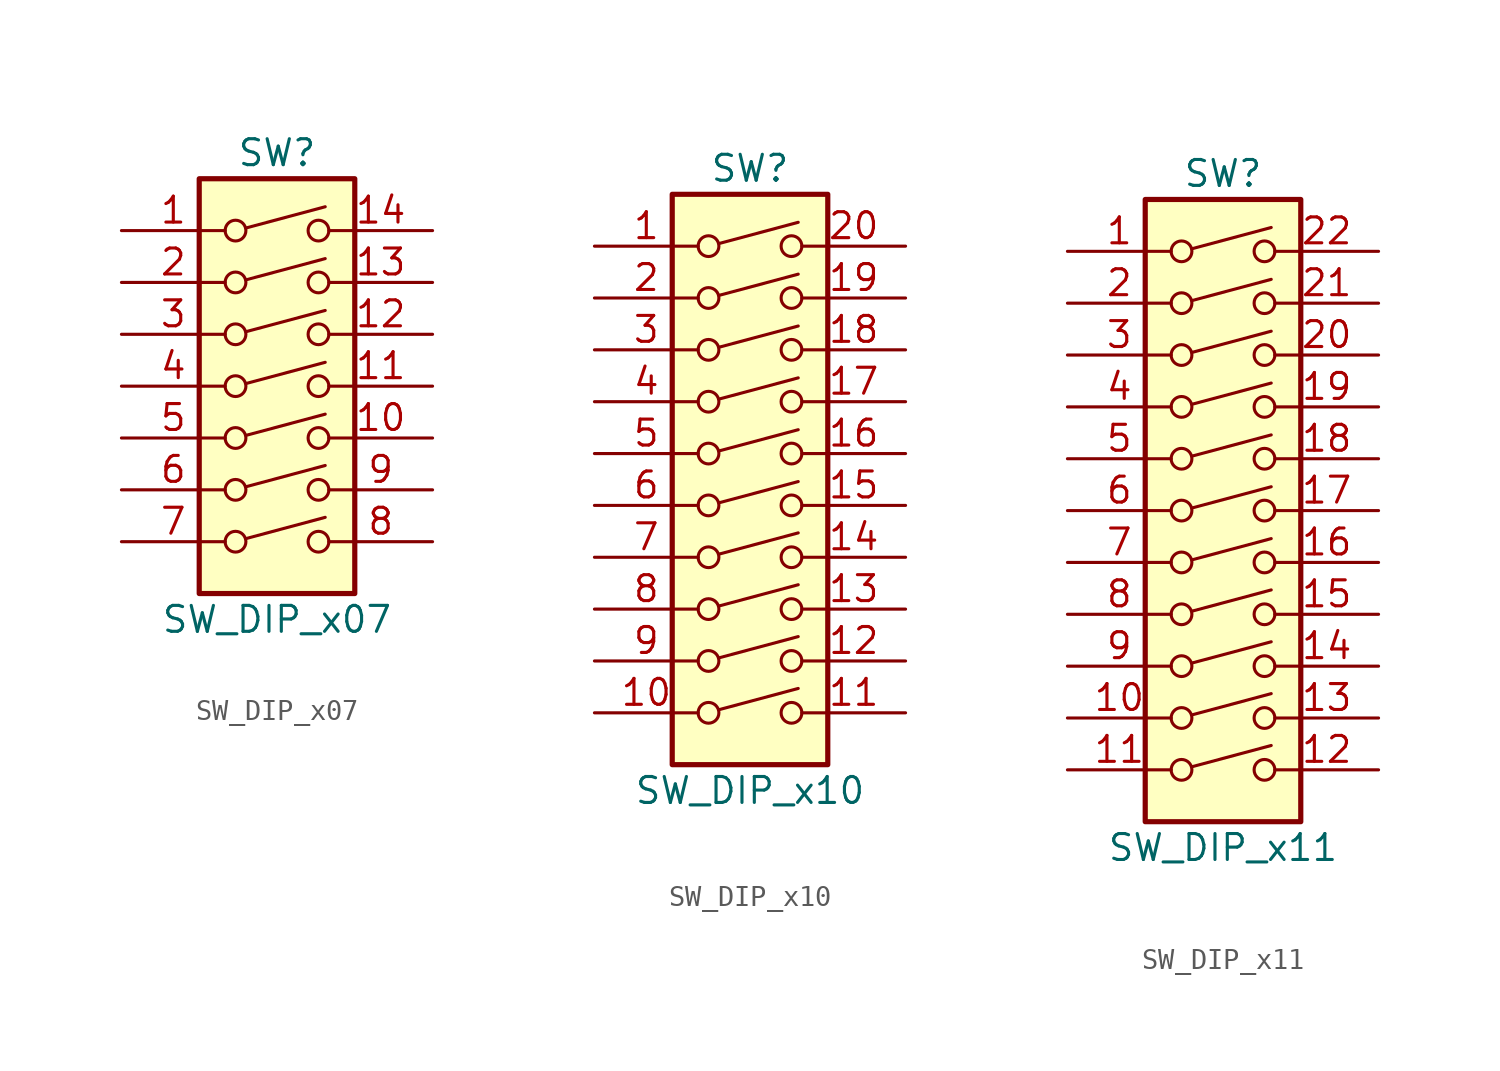
<source format=kicad_sym>
(kicad_symbol_lib
  (version 20201005)
  (generator kicad_symbol_editor)
  (symbol "SW_DIP_x07"
    (pin_names
      (offset 0) hide)
    (property "Reference" "SW"
      (at 0 13.97 0)
      (effects (font (size 1.27 1.27))))
    (property "Value" "SW_DIP_x07"
      (at 0 -8.89 0)
      (effects (font (size 1.27 1.27))))
    (symbol "SW_DIP_x07_0_0"
      (circle (center -2.032 -5.08) (radius 0.508) (stroke (width 0)) (fill (type none)))
      (circle (center -2.032 -2.54) (radius 0.508) (stroke (width 0)) (fill (type none)))
      (circle (center -2.032 0) (radius 0.508) (stroke (width 0)) (fill (type none)))
      (circle (center -2.032 2.54) (radius 0.508) (stroke (width 0)) (fill (type none)))
      (circle (center -2.032 5.08) (radius 0.508) (stroke (width 0)) (fill (type none)))
      (circle (center -2.032 7.62) (radius 0.508) (stroke (width 0)) (fill (type none)))
      (circle (center -2.032 10.16) (radius 0.508) (stroke (width 0)) (fill (type none)))
      (circle (center 2.032 -5.08) (radius 0.508) (stroke (width 0)) (fill (type none)))
      (circle (center 2.032 -2.54) (radius 0.508) (stroke (width 0)) (fill (type none)))
      (circle (center 2.032 0) (radius 0.508) (stroke (width 0)) (fill (type none)))
      (circle (center 2.032 2.54) (radius 0.508) (stroke (width 0)) (fill (type none)))
      (circle (center 2.032 5.08) (radius 0.508) (stroke (width 0)) (fill (type none)))
      (circle (center 2.032 7.62) (radius 0.508) (stroke (width 0)) (fill (type none)))
      (circle (center 2.032 10.16) (radius 0.508) (stroke (width 0)) (fill (type none)))
      (polyline (pts (xy -1.524 -4.928) (xy 2.362 -3.886)) (stroke (width 0)) (fill (type none)))
      (polyline (pts (xy -1.524 -2.388) (xy 2.362 -1.346)) (stroke (width 0)) (fill (type none)))
      (polyline (pts (xy -1.524 0.127) (xy 2.362 1.168)) (stroke (width 0)) (fill (type none)))
      (polyline (pts (xy -1.524 2.667) (xy 2.362 3.708)) (stroke (width 0)) (fill (type none)))
      (polyline (pts (xy -1.524 5.207) (xy 2.362 6.248)) (stroke (width 0)) (fill (type none)))
      (polyline (pts (xy -1.524 7.747) (xy 2.362 8.788)) (stroke (width 0)) (fill (type none)))
      (polyline (pts (xy -1.524 10.287) (xy 2.362 11.328)) (stroke (width 0)) (fill (type none))))
    (symbol "SW_DIP_x07_0_1"
      (rectangle (start -3.81 12.7) (end 3.81 -7.62) (stroke (width 0.254)) (fill (type background))))
    (symbol "SW_DIP_x07_1_1"
      (pin passive line (at -7.62 10.16 0) (length 5.08) (name "~" (effects (font (size 1.27 1.27)))) (number "1" (effects (font (size 1.27 1.27)))))
      (pin passive line (at 7.62 0 180) (length 5.08) (name "~" (effects (font (size 1.27 1.27)))) (number "10" (effects (font (size 1.27 1.27)))))
      (pin passive line (at 7.62 2.54 180) (length 5.08) (name "~" (effects (font (size 1.27 1.27)))) (number "11" (effects (font (size 1.27 1.27)))))
      (pin passive line (at 7.62 5.08 180) (length 5.08) (name "~" (effects (font (size 1.27 1.27)))) (number "12" (effects (font (size 1.27 1.27)))))
      (pin passive line (at 7.62 7.62 180) (length 5.08) (name "~" (effects (font (size 1.27 1.27)))) (number "13" (effects (font (size 1.27 1.27)))))
      (pin passive line (at 7.62 10.16 180) (length 5.08) (name "~" (effects (font (size 1.27 1.27)))) (number "14" (effects (font (size 1.27 1.27)))))
      (pin passive line (at -7.62 7.62 0) (length 5.08) (name "~" (effects (font (size 1.27 1.27)))) (number "2" (effects (font (size 1.27 1.27)))))
      (pin passive line (at -7.62 5.08 0) (length 5.08) (name "~" (effects (font (size 1.27 1.27)))) (number "3" (effects (font (size 1.27 1.27)))))
      (pin passive line (at -7.62 2.54 0) (length 5.08) (name "~" (effects (font (size 1.27 1.27)))) (number "4" (effects (font (size 1.27 1.27)))))
      (pin passive line (at -7.62 0 0) (length 5.08) (name "~" (effects (font (size 1.27 1.27)))) (number "5" (effects (font (size 1.27 1.27)))))
      (pin passive line (at -7.62 -2.54 0) (length 5.08) (name "~" (effects (font (size 1.27 1.27)))) (number "6" (effects (font (size 1.27 1.27)))))
      (pin passive line (at -7.62 -5.08 0) (length 5.08) (name "~" (effects (font (size 1.27 1.27)))) (number "7" (effects (font (size 1.27 1.27)))))
      (pin passive line (at 7.62 -5.08 180) (length 5.08) (name "~" (effects (font (size 1.27 1.27)))) (number "8" (effects (font (size 1.27 1.27)))))
      (pin passive line (at 7.62 -2.54 180) (length 5.08) (name "~" (effects (font (size 1.27 1.27)))) (number "9" (effects (font (size 1.27 1.27)))))))
  (symbol "SW_DIP_x10"
    (pin_names
      (offset 0) hide)
    (property "Reference" "SW"
      (at 0 16.51 0)
      (effects (font (size 1.27 1.27))))
    (property "Value" "SW_DIP_x10"
      (at 0 -13.97 0)
      (effects (font (size 1.27 1.27))))
    (symbol "SW_DIP_x10_0_0"
      (circle (center -2.032 -10.16) (radius 0.508) (stroke (width 0)) (fill (type none)))
      (circle (center -2.032 -7.62) (radius 0.508) (stroke (width 0)) (fill (type none)))
      (circle (center -2.032 -5.08) (radius 0.508) (stroke (width 0)) (fill (type none)))
      (circle (center -2.032 -2.54) (radius 0.508) (stroke (width 0)) (fill (type none)))
      (circle (center -2.032 0) (radius 0.508) (stroke (width 0)) (fill (type none)))
      (circle (center -2.032 2.54) (radius 0.508) (stroke (width 0)) (fill (type none)))
      (circle (center -2.032 5.08) (radius 0.508) (stroke (width 0)) (fill (type none)))
      (circle (center -2.032 7.62) (radius 0.508) (stroke (width 0)) (fill (type none)))
      (circle (center -2.032 10.16) (radius 0.508) (stroke (width 0)) (fill (type none)))
      (circle (center -2.032 12.7) (radius 0.508) (stroke (width 0)) (fill (type none)))
      (circle (center 2.032 -10.16) (radius 0.508) (stroke (width 0)) (fill (type none)))
      (circle (center 2.032 -7.62) (radius 0.508) (stroke (width 0)) (fill (type none)))
      (circle (center 2.032 -5.08) (radius 0.508) (stroke (width 0)) (fill (type none)))
      (circle (center 2.032 -2.54) (radius 0.508) (stroke (width 0)) (fill (type none)))
      (circle (center 2.032 0) (radius 0.508) (stroke (width 0)) (fill (type none)))
      (circle (center 2.032 2.54) (radius 0.508) (stroke (width 0)) (fill (type none)))
      (circle (center 2.032 5.08) (radius 0.508) (stroke (width 0)) (fill (type none)))
      (circle (center 2.032 7.62) (radius 0.508) (stroke (width 0)) (fill (type none)))
      (circle (center 2.032 10.16) (radius 0.508) (stroke (width 0)) (fill (type none)))
      (circle (center 2.032 12.7) (radius 0.508) (stroke (width 0)) (fill (type none)))
      (polyline (pts (xy -1.524 -10.008) (xy 2.362 -8.966)) (stroke (width 0)) (fill (type none)))
      (polyline (pts (xy -1.524 -7.468) (xy 2.362 -6.426)) (stroke (width 0)) (fill (type none)))
      (polyline (pts (xy -1.524 -4.928) (xy 2.362 -3.886)) (stroke (width 0)) (fill (type none)))
      (polyline (pts (xy -1.524 -2.388) (xy 2.362 -1.346)) (stroke (width 0)) (fill (type none)))
      (polyline (pts (xy -1.524 0.127) (xy 2.362 1.168)) (stroke (width 0)) (fill (type none)))
      (polyline (pts (xy -1.524 2.667) (xy 2.362 3.708)) (stroke (width 0)) (fill (type none)))
      (polyline (pts (xy -1.524 5.207) (xy 2.362 6.248)) (stroke (width 0)) (fill (type none)))
      (polyline (pts (xy -1.524 7.747) (xy 2.362 8.788)) (stroke (width 0)) (fill (type none)))
      (polyline (pts (xy -1.524 10.287) (xy 2.362 11.328)) (stroke (width 0)) (fill (type none)))
      (polyline (pts (xy -1.524 12.827) (xy 2.362 13.868)) (stroke (width 0)) (fill (type none))))
    (symbol "SW_DIP_x10_0_1"
      (rectangle (start -3.81 15.24) (end 3.81 -12.7) (stroke (width 0.254)) (fill (type background))))
    (symbol "SW_DIP_x10_1_1"
      (pin passive line (at -7.62 12.7 0) (length 5.08) (name "~" (effects (font (size 1.27 1.27)))) (number "1" (effects (font (size 1.27 1.27)))))
      (pin passive line (at -7.62 -10.16 0) (length 5.08) (name "~" (effects (font (size 1.27 1.27)))) (number "10" (effects (font (size 1.27 1.27)))))
      (pin passive line (at 7.62 -10.16 180) (length 5.08) (name "~" (effects (font (size 1.27 1.27)))) (number "11" (effects (font (size 1.27 1.27)))))
      (pin passive line (at 7.62 -7.62 180) (length 5.08) (name "~" (effects (font (size 1.27 1.27)))) (number "12" (effects (font (size 1.27 1.27)))))
      (pin passive line (at 7.62 -5.08 180) (length 5.08) (name "~" (effects (font (size 1.27 1.27)))) (number "13" (effects (font (size 1.27 1.27)))))
      (pin passive line (at 7.62 -2.54 180) (length 5.08) (name "~" (effects (font (size 1.27 1.27)))) (number "14" (effects (font (size 1.27 1.27)))))
      (pin passive line (at 7.62 0 180) (length 5.08) (name "~" (effects (font (size 1.27 1.27)))) (number "15" (effects (font (size 1.27 1.27)))))
      (pin passive line (at 7.62 2.54 180) (length 5.08) (name "~" (effects (font (size 1.27 1.27)))) (number "16" (effects (font (size 1.27 1.27)))))
      (pin passive line (at 7.62 5.08 180) (length 5.08) (name "~" (effects (font (size 1.27 1.27)))) (number "17" (effects (font (size 1.27 1.27)))))
      (pin passive line (at 7.62 7.62 180) (length 5.08) (name "~" (effects (font (size 1.27 1.27)))) (number "18" (effects (font (size 1.27 1.27)))))
      (pin passive line (at 7.62 10.16 180) (length 5.08) (name "~" (effects (font (size 1.27 1.27)))) (number "19" (effects (font (size 1.27 1.27)))))
      (pin passive line (at -7.62 10.16 0) (length 5.08) (name "~" (effects (font (size 1.27 1.27)))) (number "2" (effects (font (size 1.27 1.27)))))
      (pin passive line (at 7.62 12.7 180) (length 5.08) (name "~" (effects (font (size 1.27 1.27)))) (number "20" (effects (font (size 1.27 1.27)))))
      (pin passive line (at -7.62 7.62 0) (length 5.08) (name "~" (effects (font (size 1.27 1.27)))) (number "3" (effects (font (size 1.27 1.27)))))
      (pin passive line (at -7.62 5.08 0) (length 5.08) (name "~" (effects (font (size 1.27 1.27)))) (number "4" (effects (font (size 1.27 1.27)))))
      (pin passive line (at -7.62 2.54 0) (length 5.08) (name "~" (effects (font (size 1.27 1.27)))) (number "5" (effects (font (size 1.27 1.27)))))
      (pin passive line (at -7.62 0 0) (length 5.08) (name "~" (effects (font (size 1.27 1.27)))) (number "6" (effects (font (size 1.27 1.27)))))
      (pin passive line (at -7.62 -2.54 0) (length 5.08) (name "~" (effects (font (size 1.27 1.27)))) (number "7" (effects (font (size 1.27 1.27)))))
      (pin passive line (at -7.62 -5.08 0) (length 5.08) (name "~" (effects (font (size 1.27 1.27)))) (number "8" (effects (font (size 1.27 1.27)))))
      (pin passive line (at -7.62 -7.62 0) (length 5.08) (name "~" (effects (font (size 1.27 1.27)))) (number "9" (effects (font (size 1.27 1.27)))))))
  (symbol "SW_DIP_x11"
    (pin_names
      (offset 0) hide)
    (property "Reference" "SW"
      (at 0 19.05 0)
      (effects (font (size 1.27 1.27))))
    (property "Value" "SW_DIP_x11"
      (at 0 -13.97 0)
      (effects (font (size 1.27 1.27))))
    (symbol "SW_DIP_x11_0_0"
      (circle (center -2.032 -10.16) (radius 0.508) (stroke (width 0)) (fill (type none)))
      (circle (center -2.032 -7.62) (radius 0.508) (stroke (width 0)) (fill (type none)))
      (circle (center -2.032 -5.08) (radius 0.508) (stroke (width 0)) (fill (type none)))
      (circle (center -2.032 -2.54) (radius 0.508) (stroke (width 0)) (fill (type none)))
      (circle (center -2.032 0) (radius 0.508) (stroke (width 0)) (fill (type none)))
      (circle (center -2.032 2.54) (radius 0.508) (stroke (width 0)) (fill (type none)))
      (circle (center -2.032 5.08) (radius 0.508) (stroke (width 0)) (fill (type none)))
      (circle (center -2.032 7.62) (radius 0.508) (stroke (width 0)) (fill (type none)))
      (circle (center -2.032 10.16) (radius 0.508) (stroke (width 0)) (fill (type none)))
      (circle (center -2.032 12.7) (radius 0.508) (stroke (width 0)) (fill (type none)))
      (circle (center -2.032 15.24) (radius 0.508) (stroke (width 0)) (fill (type none)))
      (circle (center 2.032 -10.16) (radius 0.508) (stroke (width 0)) (fill (type none)))
      (circle (center 2.032 -7.62) (radius 0.508) (stroke (width 0)) (fill (type none)))
      (circle (center 2.032 -5.08) (radius 0.508) (stroke (width 0)) (fill (type none)))
      (circle (center 2.032 -2.54) (radius 0.508) (stroke (width 0)) (fill (type none)))
      (circle (center 2.032 0) (radius 0.508) (stroke (width 0)) (fill (type none)))
      (circle (center 2.032 2.54) (radius 0.508) (stroke (width 0)) (fill (type none)))
      (circle (center 2.032 5.08) (radius 0.508) (stroke (width 0)) (fill (type none)))
      (circle (center 2.032 7.62) (radius 0.508) (stroke (width 0)) (fill (type none)))
      (circle (center 2.032 10.16) (radius 0.508) (stroke (width 0)) (fill (type none)))
      (circle (center 2.032 12.7) (radius 0.508) (stroke (width 0)) (fill (type none)))
      (circle (center 2.032 15.24) (radius 0.508) (stroke (width 0)) (fill (type none)))
      (polyline (pts (xy -1.524 -10.008) (xy 2.362 -8.966)) (stroke (width 0)) (fill (type none)))
      (polyline (pts (xy -1.524 -7.468) (xy 2.362 -6.426)) (stroke (width 0)) (fill (type none)))
      (polyline (pts (xy -1.524 -4.928) (xy 2.362 -3.886)) (stroke (width 0)) (fill (type none)))
      (polyline (pts (xy -1.524 -2.388) (xy 2.362 -1.346)) (stroke (width 0)) (fill (type none)))
      (polyline (pts (xy -1.524 0.127) (xy 2.362 1.168)) (stroke (width 0)) (fill (type none)))
      (polyline (pts (xy -1.524 2.667) (xy 2.362 3.708)) (stroke (width 0)) (fill (type none)))
      (polyline (pts (xy -1.524 5.207) (xy 2.362 6.248)) (stroke (width 0)) (fill (type none)))
      (polyline (pts (xy -1.524 7.747) (xy 2.362 8.788)) (stroke (width 0)) (fill (type none)))
      (polyline (pts (xy -1.524 10.287) (xy 2.362 11.328)) (stroke (width 0)) (fill (type none)))
      (polyline (pts (xy -1.524 12.827) (xy 2.362 13.868)) (stroke (width 0)) (fill (type none)))
      (polyline (pts (xy -1.524 15.367) (xy 2.362 16.408)) (stroke (width 0)) (fill (type none))))
    (symbol "SW_DIP_x11_0_1"
      (rectangle (start -3.81 17.78) (end 3.81 -12.7) (stroke (width 0.254)) (fill (type background))))
    (symbol "SW_DIP_x11_1_1"
      (pin passive line (at -7.62 15.24 0) (length 5.08) (name "~" (effects (font (size 1.27 1.27)))) (number "1" (effects (font (size 1.27 1.27)))))
      (pin passive line (at -7.62 -7.62 0) (length 5.08) (name "~" (effects (font (size 1.27 1.27)))) (number "10" (effects (font (size 1.27 1.27)))))
      (pin passive line (at -7.62 -10.16 0) (length 5.08) (name "~" (effects (font (size 1.27 1.27)))) (number "11" (effects (font (size 1.27 1.27)))))
      (pin passive line (at 7.62 -10.16 180) (length 5.08) (name "~" (effects (font (size 1.27 1.27)))) (number "12" (effects (font (size 1.27 1.27)))))
      (pin passive line (at 7.62 -7.62 180) (length 5.08) (name "~" (effects (font (size 1.27 1.27)))) (number "13" (effects (font (size 1.27 1.27)))))
      (pin passive line (at 7.62 -5.08 180) (length 5.08) (name "~" (effects (font (size 1.27 1.27)))) (number "14" (effects (font (size 1.27 1.27)))))
      (pin passive line (at 7.62 -2.54 180) (length 5.08) (name "~" (effects (font (size 1.27 1.27)))) (number "15" (effects (font (size 1.27 1.27)))))
      (pin passive line (at 7.62 0 180) (length 5.08) (name "~" (effects (font (size 1.27 1.27)))) (number "16" (effects (font (size 1.27 1.27)))))
      (pin passive line (at 7.62 2.54 180) (length 5.08) (name "~" (effects (font (size 1.27 1.27)))) (number "17" (effects (font (size 1.27 1.27)))))
      (pin passive line (at 7.62 5.08 180) (length 5.08) (name "~" (effects (font (size 1.27 1.27)))) (number "18" (effects (font (size 1.27 1.27)))))
      (pin passive line (at 7.62 7.62 180) (length 5.08) (name "~" (effects (font (size 1.27 1.27)))) (number "19" (effects (font (size 1.27 1.27)))))
      (pin passive line (at -7.62 12.7 0) (length 5.08) (name "~" (effects (font (size 1.27 1.27)))) (number "2" (effects (font (size 1.27 1.27)))))
      (pin passive line (at 7.62 10.16 180) (length 5.08) (name "~" (effects (font (size 1.27 1.27)))) (number "20" (effects (font (size 1.27 1.27)))))
      (pin passive line (at 7.62 12.7 180) (length 5.08) (name "~" (effects (font (size 1.27 1.27)))) (number "21" (effects (font (size 1.27 1.27)))))
      (pin passive line (at 7.62 15.24 180) (length 5.08) (name "~" (effects (font (size 1.27 1.27)))) (number "22" (effects (font (size 1.27 1.27)))))
      (pin passive line (at -7.62 10.16 0) (length 5.08) (name "~" (effects (font (size 1.27 1.27)))) (number "3" (effects (font (size 1.27 1.27)))))
      (pin passive line (at -7.62 7.62 0) (length 5.08) (name "~" (effects (font (size 1.27 1.27)))) (number "4" (effects (font (size 1.27 1.27)))))
      (pin passive line (at -7.62 5.08 0) (length 5.08) (name "~" (effects (font (size 1.27 1.27)))) (number "5" (effects (font (size 1.27 1.27)))))
      (pin passive line (at -7.62 2.54 0) (length 5.08) (name "~" (effects (font (size 1.27 1.27)))) (number "6" (effects (font (size 1.27 1.27)))))
      (pin passive line (at -7.62 0 0) (length 5.08) (name "~" (effects (font (size 1.27 1.27)))) (number "7" (effects (font (size 1.27 1.27)))))
      (pin passive line (at -7.62 -2.54 0) (length 5.08) (name "~" (effects (font (size 1.27 1.27)))) (number "8" (effects (font (size 1.27 1.27)))))
      (pin passive line (at -7.62 -5.08 0) (length 5.08) (name "~" (effects (font (size 1.27 1.27)))) (number "9" (effects (font (size 1.27 1.27))))))))
</source>
